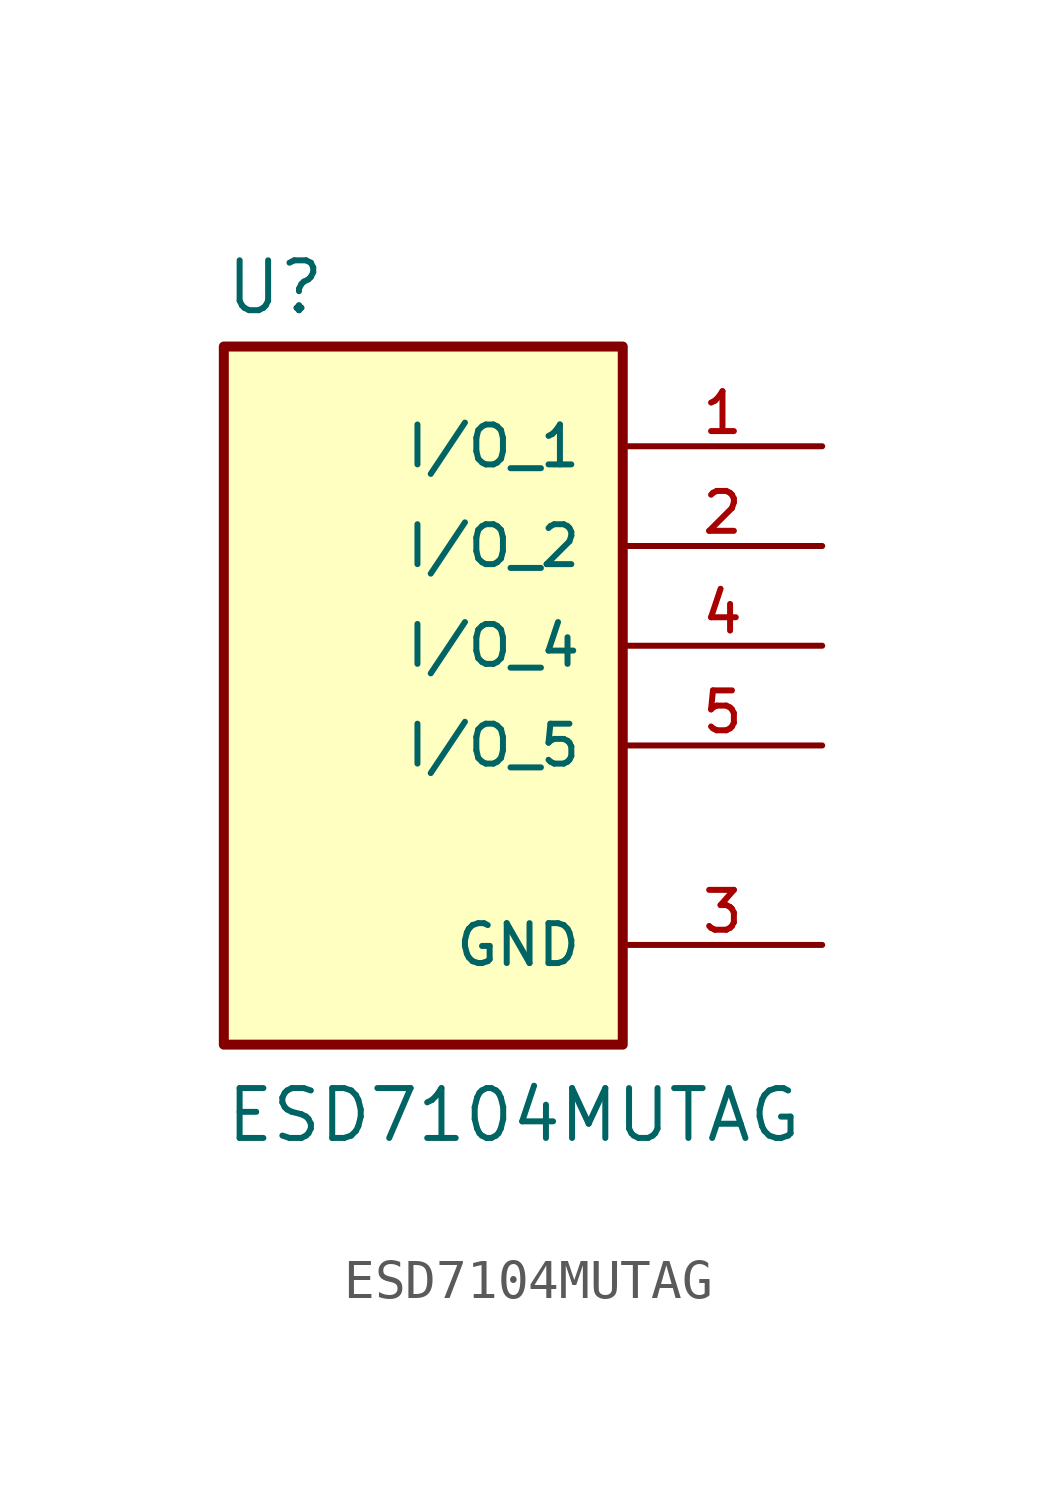
<source format=kicad_sym>
(kicad_symbol_lib
  (version 20211014)
  (generator kicad_symbol_editor)
  (symbol "ESD7104MUTAG"
    (pin_names
      (offset 1.016))
    (property "Reference" "U"
      (at -5.08 8.382 0)
      (effects (font (size 1.27 1.27)) (justify bottom left)))
    (property "Value" "ESD7104MUTAG"
      (at -5.08 -12.7 0)
      (effects (font (size 1.27 1.27)) (justify bottom left)))
    (symbol "ESD7104MUTAG_0_0"
      (rectangle (start -5.08 -10.16) (end 5.08 7.62) (stroke (width 0.254)) (fill (type background)))
      (pin passive line (at 10.16 5.08 180.0) (length 5.08) (name "I/O_1" (effects (font (size 1.016 1.016)))) (number "1" (effects (font (size 1.016 1.016)))))
      (pin power_in line (at 10.16 -7.62 180.0) (length 5.08) (name "GND" (effects (font (size 1.016 1.016)))) (number "3" (effects (font (size 1.016 1.016)))))
      (pin power_in line (at 10.16 -7.62 180.0) (length 5.08) hide (name "GND" (effects (font (size 1.016 1.016)))) (number "8" (effects (font (size 1.016 1.016)))))
      (pin passive line (at 10.16 2.54 180.0) (length 5.08) (name "I/O_2" (effects (font (size 1.016 1.016)))) (number "2" (effects (font (size 1.016 1.016)))))
      (pin passive line (at 10.16 -2.54 180.0) (length 5.08) (name "I/O_5" (effects (font (size 1.016 1.016)))) (number "5" (effects (font (size 1.016 1.016)))))
      (pin passive line (at 10.16 0.0 180.0) (length 5.08) (name "I/O_4" (effects (font (size 1.016 1.016)))) (number "4" (effects (font (size 1.016 1.016))))))))
</source>
